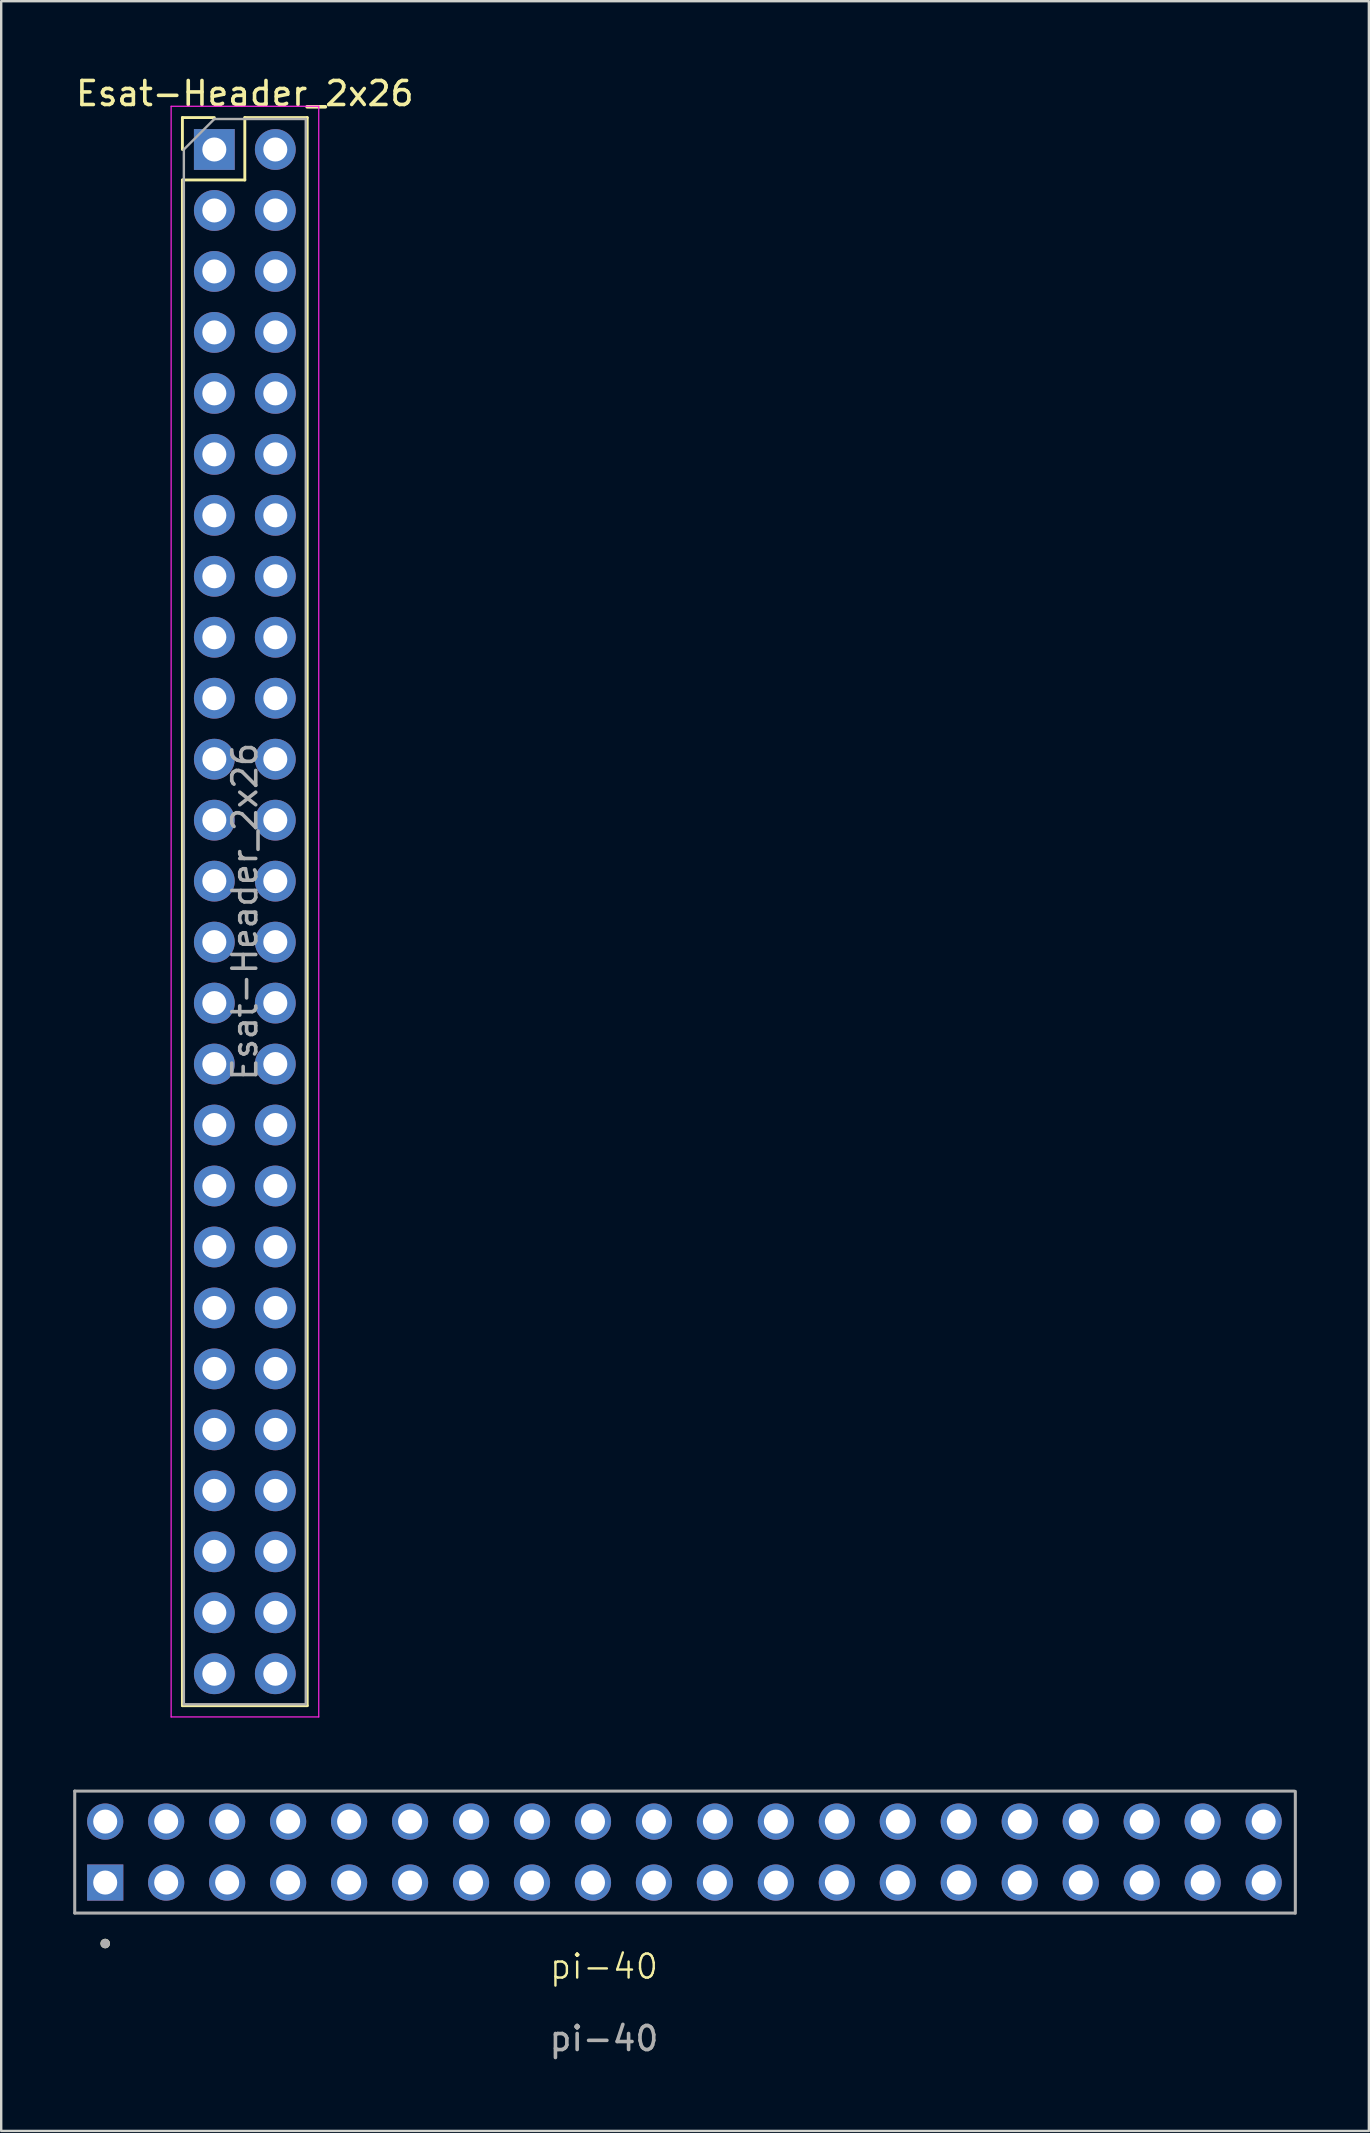
<source format=kicad_pcb>
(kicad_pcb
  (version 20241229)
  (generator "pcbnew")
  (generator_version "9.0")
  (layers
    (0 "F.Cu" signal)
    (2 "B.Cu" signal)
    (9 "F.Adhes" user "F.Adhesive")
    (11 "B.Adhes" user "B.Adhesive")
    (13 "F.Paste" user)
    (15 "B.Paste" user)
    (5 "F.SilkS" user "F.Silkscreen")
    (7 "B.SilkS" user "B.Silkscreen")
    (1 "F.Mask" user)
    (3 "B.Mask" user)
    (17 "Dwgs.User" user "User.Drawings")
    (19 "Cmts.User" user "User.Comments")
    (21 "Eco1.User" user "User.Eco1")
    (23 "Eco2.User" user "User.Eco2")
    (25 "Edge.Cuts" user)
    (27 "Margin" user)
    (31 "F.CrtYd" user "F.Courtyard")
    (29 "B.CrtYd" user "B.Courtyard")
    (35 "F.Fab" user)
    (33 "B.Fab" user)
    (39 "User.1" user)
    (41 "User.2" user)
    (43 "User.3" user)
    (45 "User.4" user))
  (footprint "Esat-Header_2x26"
    (layer "F.Cu")
    (at 5.879 3.178)
    (property "Reference" "Esat-Header_2x26" (at 1.27 -2.33 0) (layer "F.SilkS") (effects (font (size 1 1) (thickness 0.15))))
    (attr through_hole)
    (fp_line (start -1.33 -1.33) (end 0 -1.33) (stroke (width 0.12) (type solid)) (layer "F.SilkS"))
    (fp_line (start -1.33 0) (end -1.33 -1.33) (stroke (width 0.12) (type solid)) (layer "F.SilkS"))
    (fp_line (start -1.33 1.27) (end -1.33 64.83) (stroke (width 0.12) (type solid)) (layer "F.SilkS"))
    (fp_line (start -1.33 1.27) (end 1.27 1.27) (stroke (width 0.12) (type solid)) (layer "F.SilkS"))
    (fp_line (start -1.33 64.83) (end 3.87 64.83) (stroke (width 0.12) (type solid)) (layer "F.SilkS"))
    (fp_line (start 1.27 -1.33) (end 3.87 -1.33) (stroke (width 0.12) (type solid)) (layer "F.SilkS"))
    (fp_line (start 1.27 1.27) (end 1.27 -1.33) (stroke (width 0.12) (type solid)) (layer "F.SilkS"))
    (fp_line (start 3.87 -1.33) (end 3.87 64.83) (stroke (width 0.12) (type solid)) (layer "F.SilkS"))
    (fp_line (start -1.8 -1.8) (end -1.8 65.3) (stroke (width 0.05) (type solid)) (layer "F.CrtYd"))
    (fp_line (start -1.8 65.3) (end 4.35 65.3) (stroke (width 0.05) (type solid)) (layer "F.CrtYd"))
    (fp_line (start 4.35 -1.8) (end -1.8 -1.8) (stroke (width 0.05) (type solid)) (layer "F.CrtYd"))
    (fp_line (start 4.35 65.3) (end 4.35 -1.8) (stroke (width 0.05) (type solid)) (layer "F.CrtYd"))
    (fp_line (start -1.27 0) (end 0 -1.27) (stroke (width 0.1) (type solid)) (layer "F.Fab"))
    (fp_line (start -1.27 64.77) (end -1.27 0) (stroke (width 0.1) (type solid)) (layer "F.Fab"))
    (fp_line (start 0 -1.27) (end 3.81 -1.27) (stroke (width 0.1) (type solid)) (layer "F.Fab"))
    (fp_line (start 3.81 -1.27) (end 3.81 64.77) (stroke (width 0.1) (type solid)) (layer "F.Fab"))
    (fp_line (start 3.81 64.77) (end -1.27 64.77) (stroke (width 0.1) (type solid)) (layer "F.Fab"))
    (fp_text user "${REFERENCE}" (at 1.27 31.75 90) (layer "F.Fab") (effects (font (size 1 1) (thickness 0.15))))
    (pad "1" thru_hole rect (at 0 0) (size 1.7 1.7) (drill 1) (layers "*.Cu" "*.Mask"))
    (pad "2" thru_hole oval (at 0 2.54) (size 1.7 1.7) (drill 1) (layers "*.Cu" "*.Mask" "B.Paste"))
    (pad "3" thru_hole oval (at 0 5.08) (size 1.7 1.7) (drill 1) (layers "*.Cu" "*.Mask"))
    (pad "4" thru_hole oval (at 0 7.62) (size 1.7 1.7) (drill 1) (layers "*.Cu" "*.Mask"))
    (pad "5" thru_hole oval (at 0 10.16) (size 1.7 1.7) (drill 1) (layers "*.Cu" "*.Mask"))
    (pad "6" thru_hole oval (at 0 12.7) (size 1.7 1.7) (drill 1) (layers "*.Cu" "*.Mask"))
    (pad "7" thru_hole oval (at 0 15.24) (size 1.7 1.7) (drill 1) (layers "*.Cu" "*.Mask"))
    (pad "8" thru_hole oval (at 0 17.78) (size 1.7 1.7) (drill 1) (layers "*.Cu" "*.Mask"))
    (pad "9" thru_hole oval (at 0 20.32) (size 1.7 1.7) (drill 1) (layers "*.Cu" "*.Mask"))
    (pad "10" thru_hole oval (at 0 22.86) (size 1.7 1.7) (drill 1) (layers "*.Cu" "*.Mask"))
    (pad "11" thru_hole oval (at 0 25.4) (size 1.7 1.7) (drill 1) (layers "*.Cu" "*.Mask"))
    (pad "12" thru_hole oval (at 0 27.94) (size 1.7 1.7) (drill 1) (layers "*.Cu" "*.Mask"))
    (pad "13" thru_hole oval (at 0 30.48) (size 1.7 1.7) (drill 1) (layers "*.Cu" "*.Mask"))
    (pad "14" thru_hole oval (at 0 33.02) (size 1.7 1.7) (drill 1) (layers "*.Cu" "*.Mask"))
    (pad "15" thru_hole oval (at 0 35.56) (size 1.7 1.7) (drill 1) (layers "*.Cu" "*.Mask"))
    (pad "16" thru_hole oval (at 0 38.1) (size 1.7 1.7) (drill 1) (layers "*.Cu" "*.Mask"))
    (pad "17" thru_hole oval (at 0 40.64) (size 1.7 1.7) (drill 1) (layers "*.Cu" "*.Mask"))
    (pad "18" thru_hole oval (at 0 43.18) (size 1.7 1.7) (drill 1) (layers "*.Cu" "*.Mask"))
    (pad "19" thru_hole oval (at 0 45.72) (size 1.7 1.7) (drill 1) (layers "*.Cu" "*.Mask"))
    (pad "20" thru_hole oval (at 0 48.26) (size 1.7 1.7) (drill 1) (layers "*.Cu" "*.Mask"))
    (pad "21" thru_hole oval (at 0 50.8) (size 1.7 1.7) (drill 1) (layers "*.Cu" "B.Mask"))
    (pad "22" thru_hole oval (at 0 53.34) (size 1.7 1.7) (drill 1) (layers "*.Cu" "*.Mask"))
    (pad "23" thru_hole oval (at 0 55.88) (size 1.7 1.7) (drill 1) (layers "*.Cu" "*.Mask"))
    (pad "24" thru_hole oval (at 0 58.42) (size 1.7 1.7) (drill 1) (layers "*.Cu" "*.Mask"))
    (pad "25" thru_hole oval (at 0 60.96) (size 1.7 1.7) (drill 1) (layers "*.Cu" "*.Mask"))
    (pad "26" thru_hole oval (at 0 63.5) (size 1.7 1.7) (drill 1) (layers "*.Cu" "*.Mask"))
    (pad "27" thru_hole oval (at 2.54 63.5) (size 1.7 1.7) (drill 1) (layers "*.Cu" "*.Mask"))
    (pad "28" thru_hole oval (at 2.54 60.96) (size 1.7 1.7) (drill 1) (layers "*.Cu" "*.Mask"))
    (pad "29" thru_hole oval (at 2.54 58.42) (size 1.7 1.7) (drill 1) (layers "*.Cu" "*.Mask"))
    (pad "30" thru_hole oval (at 2.54 55.88) (size 1.7 1.7) (drill 1) (layers "*.Cu" "*.Mask"))
    (pad "31" thru_hole oval (at 2.54 53.34) (size 1.7 1.7) (drill 1) (layers "*.Cu" "*.Mask"))
    (pad "32" thru_hole oval (at 2.54 50.8) (size 1.7 1.7) (drill 1) (layers "*.Cu" "*.Mask"))
    (pad "33" thru_hole oval (at 2.54 48.26) (size 1.7 1.7) (drill 1) (layers "*.Cu" "*.Mask"))
    (pad "34" thru_hole oval (at 2.54 45.72) (size 1.7 1.7) (drill 1) (layers "*.Cu" "*.Mask"))
    (pad "35" thru_hole oval (at 2.54 43.18) (size 1.7 1.7) (drill 1) (layers "*.Cu" "*.Mask"))
    (pad "36" thru_hole oval (at 2.54 40.64) (size 1.7 1.7) (drill 1) (layers "*.Cu" "*.Mask"))
    (pad "37" thru_hole oval (at 2.54 38.1) (size 1.7 1.7) (drill 1) (layers "*.Cu" "*.Mask"))
    (pad "38" thru_hole oval (at 2.54 35.56) (size 1.7 1.7) (drill 1) (layers "*.Cu" "*.Mask"))
    (pad "39" thru_hole oval (at 2.54 33.02) (size 1.7 1.7) (drill 1) (layers "*.Cu" "*.Mask" "B.Adhes"))
    (pad "40" thru_hole oval (at 2.54 30.48) (size 1.7 1.7) (drill 1) (layers "*.Cu" "*.Mask"))
    (pad "41" thru_hole oval (at 2.54 27.94) (size 1.7 1.7) (drill 1) (layers "*.Cu" "*.Mask"))
    (pad "42" thru_hole oval (at 2.54 25.4) (size 1.7 1.7) (drill 1) (layers "*.Cu" "*.Mask"))
    (pad "43" thru_hole oval (at 2.54 22.86) (size 1.7 1.7) (drill 1) (layers "*.Cu" "*.Mask"))
    (pad "44" thru_hole oval (at 2.54 20.32) (size 1.7 1.7) (drill 1) (layers "*.Cu" "*.Mask"))
    (pad "45" thru_hole oval (at 2.54 17.78) (size 1.7 1.7) (drill 1) (layers "*.Cu" "*.Mask"))
    (pad "46" thru_hole oval (at 2.54 15.24) (size 1.7 1.7) (drill 1) (layers "*.Cu" "*.Mask"))
    (pad "47" thru_hole oval (at 2.54 12.7) (size 1.7 1.7) (drill 1) (layers "*.Cu" "*.Mask"))
    (pad "48" thru_hole oval (at 2.54 10.16) (size 1.7 1.7) (drill 1) (layers "*.Cu" "*.Mask"))
    (pad "49" thru_hole oval (at 2.54 7.62) (size 1.7 1.7) (drill 1) (layers "*.Cu" "*.Mask"))
    (pad "50" thru_hole oval (at 2.54 5.08) (size 1.7 1.7) (drill 1) (layers "*.Cu" "*.Mask"))
    (pad "51" thru_hole oval (at 2.54 2.54) (size 1.7 1.7) (drill 1) (layers "*.Cu" "*.Mask"))
    (pad "52" thru_hole oval (at 2.54 0) (size 1.7 1.7) (drill 1) (layers "*.Cu" "*.Mask")))
  (footprint "pi-40"
    (layer "F.Cu")
    (at 22.113 79.377)
    (property "Reference" "pi-40" (at 0 -0.5 0) (unlocked yes) (layer "F.SilkS") (effects (font (size 1 1) (thickness 0.1))))
    (attr smd)
    (fp_circle (center -20.78 -1.46) (end -20.68 -1.46) (stroke (width 0.2) (type solid)) (fill no) (layer "F.SilkS"))
    (fp_line (start -22.05 -7.81) (end -22.05 -2.73) (stroke (width 0.127) (type solid)) (layer "F.Fab"))
    (fp_line (start -22.05 -2.73) (end 28.75 -2.73) (stroke (width 0.127) (type solid)) (layer "F.Fab"))
    (fp_line (start 28.75 -7.81) (end -22.05 -7.81) (stroke (width 0.127) (type solid)) (layer "F.Fab"))
    (fp_line (start 28.8 -7.8) (end 28.8 -2.72) (stroke (width 0.127) (type solid)) (layer "F.Fab"))
    (fp_circle (center -20.78 -1.46) (end -20.68 -1.46) (stroke (width 0.2) (type solid)) (fill no) (layer "F.Fab"))
    (fp_text user "${REFERENCE}" (at 0 2.5 0) (unlocked yes) (layer "F.Fab") (effects (font (size 1 1) (thickness 0.15))))
    (pad "1" thru_hole rect (at -20.78 -4) (size 1.508 1.508) (drill 1) (layers "*.Cu" "*.Mask"))
    (pad "2" thru_hole circle (at -20.78 -6.54) (size 1.508 1.508) (drill 1) (layers "*.Cu" "*.Mask"))
    (pad "3" thru_hole circle (at -18.24 -4) (size 1.508 1.508) (drill 1) (layers "*.Cu" "*.Mask"))
    (pad "4" thru_hole circle (at -18.24 -6.54) (size 1.508 1.508) (drill 1) (layers "*.Cu" "*.Mask"))
    (pad "5" thru_hole circle (at -15.7 -4) (size 1.508 1.508) (drill 1) (layers "*.Cu" "*.Mask"))
    (pad "6" thru_hole circle (at -15.7 -6.54) (size 1.508 1.508) (drill 1) (layers "*.Cu" "*.Mask"))
    (pad "7" thru_hole circle (at -13.16 -4) (size 1.508 1.508) (drill 1) (layers "*.Cu" "*.Mask"))
    (pad "8" thru_hole circle (at -13.16 -6.54) (size 1.508 1.508) (drill 1) (layers "*.Cu" "*.Mask"))
    (pad "9" thru_hole circle (at -10.62 -4) (size 1.508 1.508) (drill 1) (layers "*.Cu" "*.Mask"))
    (pad "10" thru_hole circle (at -10.62 -6.54) (size 1.508 1.508) (drill 1) (layers "*.Cu" "*.Mask"))
    (pad "11" thru_hole circle (at -8.08 -4) (size 1.508 1.508) (drill 1) (layers "*.Cu" "*.Mask"))
    (pad "12" thru_hole circle (at -8.08 -6.54) (size 1.508 1.508) (drill 1) (layers "*.Cu" "*.Mask"))
    (pad "13" thru_hole circle (at -5.54 -4) (size 1.508 1.508) (drill 1) (layers "*.Cu" "*.Mask"))
    (pad "14" thru_hole circle (at -5.54 -6.54) (size 1.508 1.508) (drill 1) (layers "*.Cu" "*.Mask"))
    (pad "15" thru_hole circle (at -3 -4) (size 1.508 1.508) (drill 1) (layers "*.Cu" "*.Mask"))
    (pad "16" thru_hole circle (at -3 -6.54) (size 1.508 1.508) (drill 1) (layers "*.Cu" "*.Mask"))
    (pad "17" thru_hole circle (at -0.46 -4) (size 1.508 1.508) (drill 1) (layers "*.Cu" "*.Mask"))
    (pad "18" thru_hole circle (at -0.46 -6.54) (size 1.508 1.508) (drill 1) (layers "*.Cu" "*.Mask"))
    (pad "19" thru_hole circle (at 2.08 -4) (size 1.508 1.508) (drill 1) (layers "*.Cu" "*.Mask"))
    (pad "20" thru_hole circle (at 2.08 -6.54) (size 1.508 1.508) (drill 1) (layers "*.Cu" "*.Mask"))
    (pad "21" thru_hole circle (at 4.62 -4) (size 1.508 1.508) (drill 1) (layers "*.Cu" "*.Mask"))
    (pad "22" thru_hole circle (at 4.62 -6.54) (size 1.508 1.508) (drill 1) (layers "*.Cu" "*.Mask"))
    (pad "23" thru_hole circle (at 7.16 -4) (size 1.508 1.508) (drill 1) (layers "*.Cu" "*.Mask"))
    (pad "24" thru_hole circle (at 7.16 -6.54) (size 1.508 1.508) (drill 1) (layers "*.Cu" "*.Mask"))
    (pad "25" thru_hole circle (at 9.7 -4) (size 1.508 1.508) (drill 1) (layers "*.Cu" "*.Mask"))
    (pad "26" thru_hole circle (at 9.7 -6.54) (size 1.508 1.508) (drill 1) (layers "*.Cu" "*.Mask"))
    (pad "27" thru_hole circle (at 12.24 -4) (size 1.508 1.508) (drill 1) (layers "*.Cu" "*.Mask"))
    (pad "28" thru_hole circle (at 12.24 -6.54) (size 1.508 1.508) (drill 1) (layers "*.Cu" "*.Mask"))
    (pad "29" thru_hole circle (at 14.78 -4) (size 1.508 1.508) (drill 1) (layers "*.Cu" "*.Mask"))
    (pad "30" thru_hole circle (at 14.78 -6.54) (size 1.508 1.508) (drill 1) (layers "*.Cu" "*.Mask"))
    (pad "31" thru_hole circle (at 17.32 -4) (size 1.508 1.508) (drill 1) (layers "*.Cu" "*.Mask"))
    (pad "32" thru_hole circle (at 17.32 -6.54) (size 1.508 1.508) (drill 1) (layers "*.Cu" "*.Mask"))
    (pad "33" thru_hole circle (at 19.86 -4) (size 1.508 1.508) (drill 1) (layers "*.Cu" "*.Mask"))
    (pad "34" thru_hole circle (at 19.86 -6.54) (size 1.508 1.508) (drill 1) (layers "*.Cu" "*.Mask"))
    (pad "35" thru_hole circle (at 22.4 -4) (size 1.508 1.508) (drill 1) (layers "*.Cu" "*.Mask"))
    (pad "36" thru_hole circle (at 22.4 -6.54) (size 1.508 1.508) (drill 1) (layers "*.Cu" "*.Mask"))
    (pad "37" thru_hole circle (at 24.94 -4) (size 1.508 1.508) (drill 1) (layers "*.Cu" "*.Mask"))
    (pad "38" thru_hole circle (at 24.94 -6.54) (size 1.508 1.508) (drill 1) (layers "*.Cu" "*.Mask"))
    (pad "39" thru_hole circle (at 27.48 -4) (size 1.508 1.508) (drill 1) (layers "*.Cu" "*.Mask"))
    (pad "40" thru_hole circle (at 27.48 -6.54) (size 1.508 1.508) (drill 1) (layers "*.Cu" "*.Mask")))
  (gr_rect
    (start -3 -3)
    (end 53.977 85.725)
    (stroke (width 0.1) (type default))
    (fill no)
    (layer "Edge.Cuts")))
</source>
